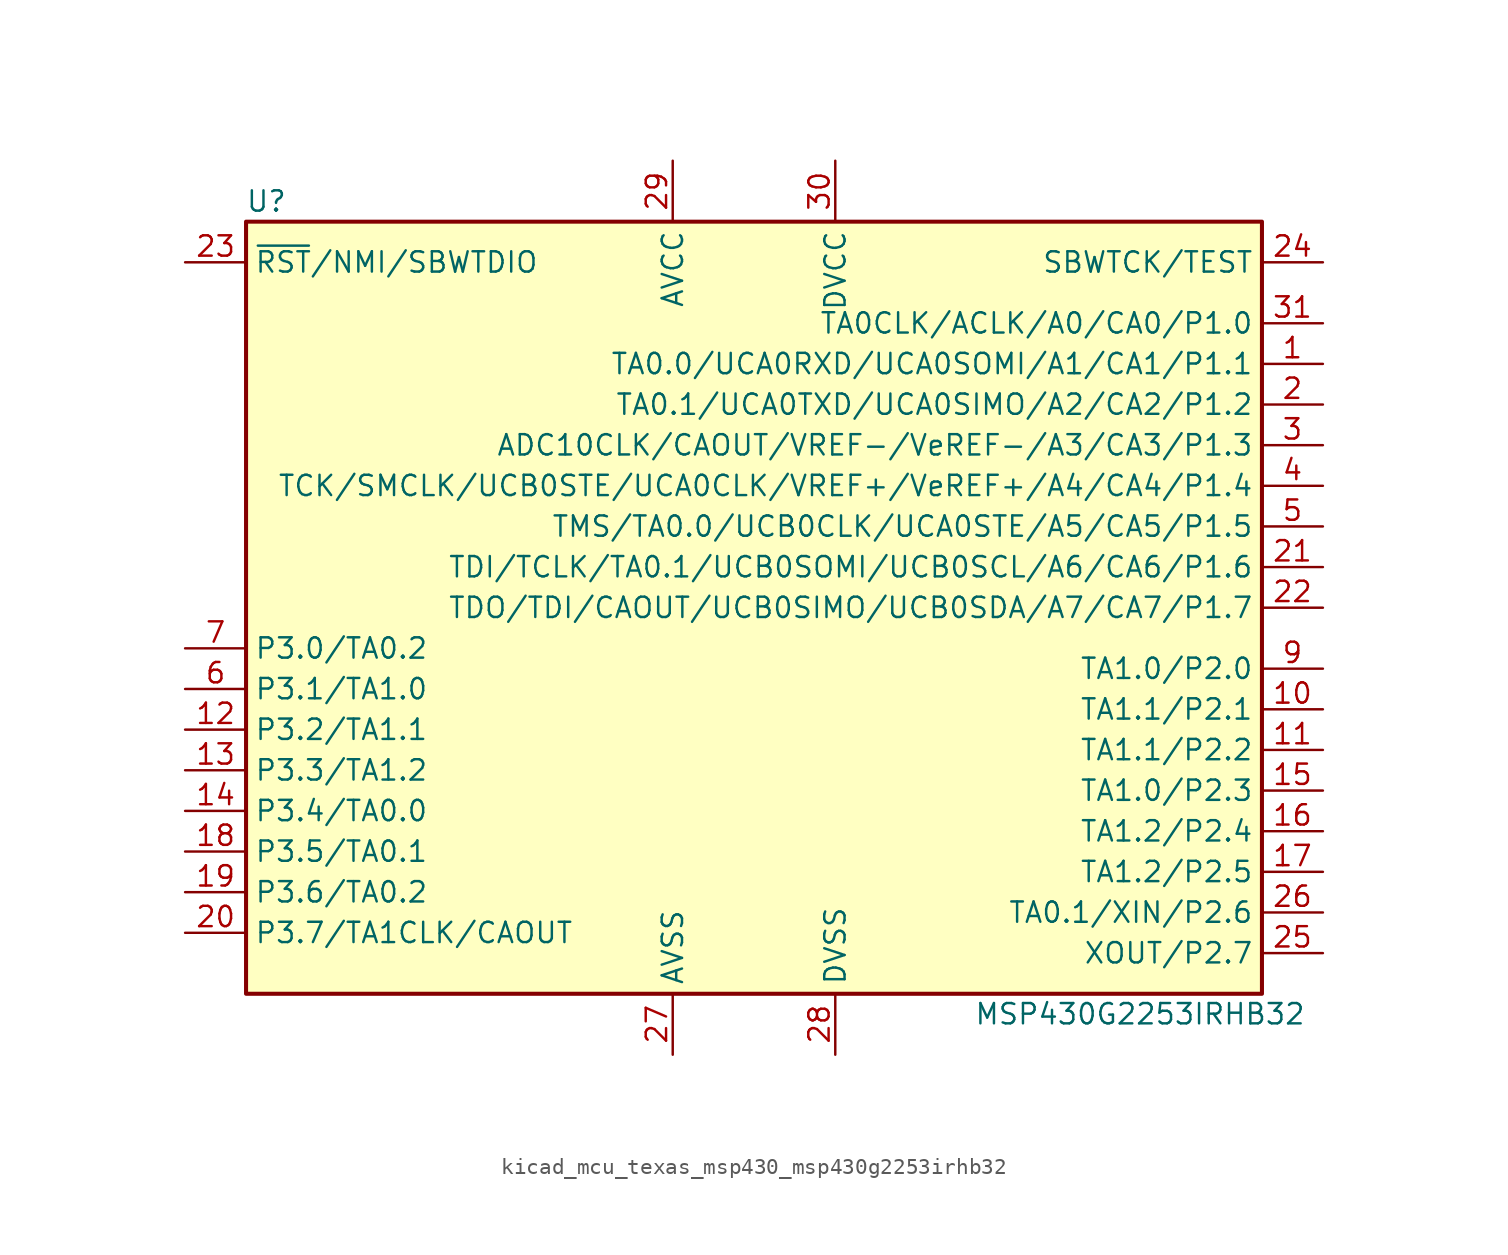
<source format=kicad_sym>
(kicad_symbol_lib
  (version 20220914)
  (generator kicad_symbol_editor)
  (symbol "kicad_mcu_texas_msp430_msp430g2253irhb32"
    (property "Reference" "U"
      (at -30.48 25.4 0)
      (effects (font (size 1.27 1.27))))
    (property "Value" "MSP430G2253IRHB32"
      (at 24.13 -25.4 0)
      (effects (font (size 1.27 1.27))))
    (symbol "kicad_mcu_texas_msp430_msp430g2253irhb32_0_1"
      (rectangle (start -31.75 24.13) (end 31.75 -24.13) (stroke (width 0.254) (type default)) (fill (type background))))
    (symbol "kicad_mcu_texas_msp430_msp430g2253irhb32_1_1"
      (pin bidirectional line (at 35.56 15.24 180) (length 3.81) (name "TA0.0/UCA0RXD/UCA0SOMI/A1/CA1/P1.1" (effects (font (size 1.27 1.27)))) (number "1" (effects (font (size 1.27 1.27)))))
      (pin bidirectional line (at 35.56 -6.35 180) (length 3.81) (name "TA1.1/P2.1" (effects (font (size 1.27 1.27)))) (number "10" (effects (font (size 1.27 1.27)))))
      (pin bidirectional line (at 35.56 -8.89 180) (length 3.81) (name "TA1.1/P2.2" (effects (font (size 1.27 1.27)))) (number "11" (effects (font (size 1.27 1.27)))))
      (pin bidirectional line (at -35.56 -7.62 0) (length 3.81) (name "P3.2/TA1.1" (effects (font (size 1.27 1.27)))) (number "12" (effects (font (size 1.27 1.27)))))
      (pin bidirectional line (at -35.56 -10.16 0) (length 3.81) (name "P3.3/TA1.2" (effects (font (size 1.27 1.27)))) (number "13" (effects (font (size 1.27 1.27)))))
      (pin bidirectional line (at -35.56 -12.7 0) (length 3.81) (name "P3.4/TA0.0" (effects (font (size 1.27 1.27)))) (number "14" (effects (font (size 1.27 1.27)))))
      (pin bidirectional line (at 35.56 -11.43 180) (length 3.81) (name "TA1.0/P2.3" (effects (font (size 1.27 1.27)))) (number "15" (effects (font (size 1.27 1.27)))))
      (pin bidirectional line (at 35.56 -13.97 180) (length 3.81) (name "TA1.2/P2.4" (effects (font (size 1.27 1.27)))) (number "16" (effects (font (size 1.27 1.27)))))
      (pin bidirectional line (at 35.56 -16.51 180) (length 3.81) (name "TA1.2/P2.5" (effects (font (size 1.27 1.27)))) (number "17" (effects (font (size 1.27 1.27)))))
      (pin bidirectional line (at -35.56 -15.24 0) (length 3.81) (name "P3.5/TA0.1" (effects (font (size 1.27 1.27)))) (number "18" (effects (font (size 1.27 1.27)))))
      (pin bidirectional line (at -35.56 -17.78 0) (length 3.81) (name "P3.6/TA0.2" (effects (font (size 1.27 1.27)))) (number "19" (effects (font (size 1.27 1.27)))))
      (pin bidirectional line (at 35.56 12.7 180) (length 3.81) (name "TA0.1/UCA0TXD/UCA0SIMO/A2/CA2/P1.2" (effects (font (size 1.27 1.27)))) (number "2" (effects (font (size 1.27 1.27)))))
      (pin bidirectional line (at -35.56 -20.32 0) (length 3.81) (name "P3.7/TA1CLK/CAOUT" (effects (font (size 1.27 1.27)))) (number "20" (effects (font (size 1.27 1.27)))))
      (pin bidirectional line (at 35.56 2.54 180) (length 3.81) (name "TDI/TCLK/TA0.1/UCB0SOMI/UCB0SCL/A6/CA6/P1.6" (effects (font (size 1.27 1.27)))) (number "21" (effects (font (size 1.27 1.27)))))
      (pin bidirectional line (at 35.56 0 180) (length 3.81) (name "TDO/TDI/CAOUT/UCB0SIMO/UCB0SDA/A7/CA7/P1.7" (effects (font (size 1.27 1.27)))) (number "22" (effects (font (size 1.27 1.27)))))
      (pin input line (at -35.56 21.59 0) (length 3.81) (name "~{RST}/NMI/SBWTDIO" (effects (font (size 1.27 1.27)))) (number "23" (effects (font (size 1.27 1.27)))))
      (pin input line (at 35.56 21.59 180) (length 3.81) (name "SBWTCK/TEST" (effects (font (size 1.27 1.27)))) (number "24" (effects (font (size 1.27 1.27)))))
      (pin bidirectional line (at 35.56 -21.59 180) (length 3.81) (name "XOUT/P2.7" (effects (font (size 1.27 1.27)))) (number "25" (effects (font (size 1.27 1.27)))))
      (pin bidirectional line (at 35.56 -19.05 180) (length 3.81) (name "TA0.1/XIN/P2.6" (effects (font (size 1.27 1.27)))) (number "26" (effects (font (size 1.27 1.27)))))
      (pin power_in line (at -5.08 -27.94 90) (length 3.81) (name "AVSS" (effects (font (size 1.27 1.27)))) (number "27" (effects (font (size 1.27 1.27)))))
      (pin power_in line (at 5.08 -27.94 90) (length 3.81) (name "DVSS" (effects (font (size 1.27 1.27)))) (number "28" (effects (font (size 1.27 1.27)))))
      (pin power_in line (at -5.08 27.94 270) (length 3.81) (name "AVCC" (effects (font (size 1.27 1.27)))) (number "29" (effects (font (size 1.27 1.27)))))
      (pin bidirectional line (at 35.56 10.16 180) (length 3.81) (name "ADC10CLK/CAOUT/VREF-/VeREF-/A3/CA3/P1.3" (effects (font (size 1.27 1.27)))) (number "3" (effects (font (size 1.27 1.27)))))
      (pin power_in line (at 5.08 27.94 270) (length 3.81) (name "DVCC" (effects (font (size 1.27 1.27)))) (number "30" (effects (font (size 1.27 1.27)))))
      (pin bidirectional line (at 35.56 17.78 180) (length 3.81) (name "TA0CLK/ACLK/A0/CA0/P1.0" (effects (font (size 1.27 1.27)))) (number "31" (effects (font (size 1.27 1.27)))))
      (pin bidirectional line (at 35.56 7.62 180) (length 3.81) (name "TCK/SMCLK/UCB0STE/UCA0CLK/VREF+/VeREF+/A4/CA4/P1.4" (effects (font (size 1.27 1.27)))) (number "4" (effects (font (size 1.27 1.27)))))
      (pin bidirectional line (at 35.56 5.08 180) (length 3.81) (name "TMS/TA0.0/UCB0CLK/UCA0STE/A5/CA5/P1.5" (effects (font (size 1.27 1.27)))) (number "5" (effects (font (size 1.27 1.27)))))
      (pin bidirectional line (at -35.56 -5.08 0) (length 3.81) (name "P3.1/TA1.0" (effects (font (size 1.27 1.27)))) (number "6" (effects (font (size 1.27 1.27)))))
      (pin bidirectional line (at -35.56 -2.54 0) (length 3.81) (name "P3.0/TA0.2" (effects (font (size 1.27 1.27)))) (number "7" (effects (font (size 1.27 1.27)))))
      (pin bidirectional line (at 35.56 -3.81 180) (length 3.81) (name "TA1.0/P2.0" (effects (font (size 1.27 1.27)))) (number "9" (effects (font (size 1.27 1.27))))))))
</source>
